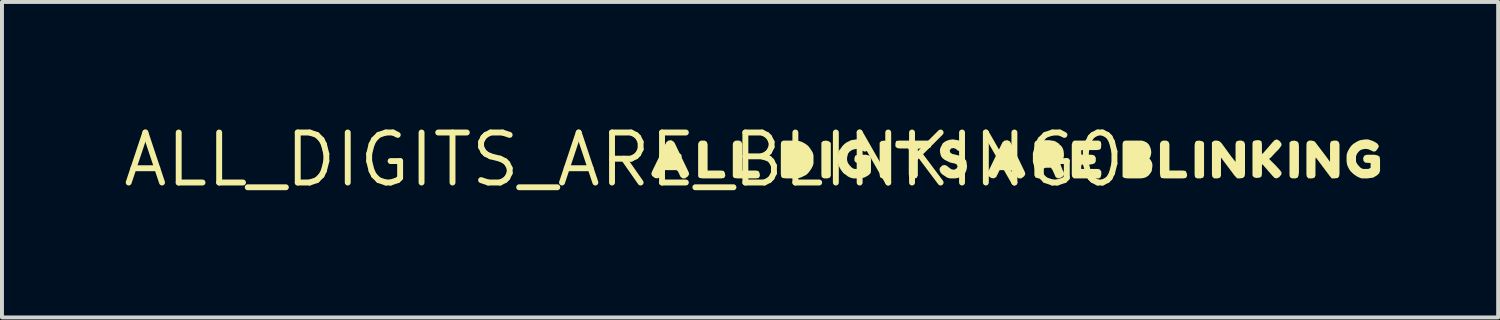
<source format=kicad_pcb>
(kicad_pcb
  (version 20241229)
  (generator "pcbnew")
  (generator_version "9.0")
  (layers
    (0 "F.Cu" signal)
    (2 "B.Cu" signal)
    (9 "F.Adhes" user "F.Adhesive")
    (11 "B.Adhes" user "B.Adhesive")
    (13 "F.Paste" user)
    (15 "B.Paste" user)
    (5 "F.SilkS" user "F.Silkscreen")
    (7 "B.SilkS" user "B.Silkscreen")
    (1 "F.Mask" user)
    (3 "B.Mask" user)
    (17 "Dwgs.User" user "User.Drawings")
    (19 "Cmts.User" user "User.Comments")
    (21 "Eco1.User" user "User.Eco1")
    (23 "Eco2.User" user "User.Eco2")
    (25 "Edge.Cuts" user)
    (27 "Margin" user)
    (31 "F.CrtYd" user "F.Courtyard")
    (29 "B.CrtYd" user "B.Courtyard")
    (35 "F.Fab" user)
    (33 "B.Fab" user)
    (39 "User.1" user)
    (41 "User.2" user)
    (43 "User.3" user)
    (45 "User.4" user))
  (footprint "ALL_DIGITS_ARE_BLINKING0"
    (layer "F.Cu")
    (at 12.798 1.006)
    (property "Reference" "ALL_DIGITS_ARE_BLINKING0" (at 0 0 0) (layer "F.SilkS") (effects (font (size 1.27 1.27) (thickness 0.15))))
    (fp_poly (pts (xy 5.213 -0.464) (xy 5.255 -0.422) (xy 5.255 0.401) (xy 5.234 0.454) (xy 5.171 0.475) (xy 5.079 0.475) (xy 5.025 0.443) (xy 5.015 0.38) (xy 5.015 -0.432) (xy 5.058 -0.475) (xy 5.14 -0.485)) (stroke (width 0) (type solid)) (fill yes) (layer "F.SilkS"))
    (fp_poly (pts (xy 14.703 -0.464) (xy 14.735 -0.422) (xy 14.735 0.401) (xy 14.714 0.454) (xy 14.651 0.475) (xy 14.559 0.475) (xy 14.505 0.443) (xy 14.495 0.38) (xy 14.495 -0.37) (xy 14.505 -0.432) (xy 14.537 -0.475) (xy 14.62 -0.485)) (stroke (width 0) (type solid)) (fill yes) (layer "F.SilkS"))
    (fp_poly (pts (xy 6.693 -0.464) (xy 6.725 -0.422) (xy 6.735 -0.35) (xy 6.735 0.32) (xy 6.725 0.401) (xy 6.704 0.454) (xy 6.651 0.475) (xy 6.559 0.475) (xy 6.505 0.443) (xy 6.495 0.38) (xy 6.495 -0.432) (xy 6.538 -0.475) (xy 6.62 -0.485)) (stroke (width 0) (type solid)) (fill yes) (layer "F.SilkS"))
    (fp_poly (pts (xy 17.103 -0.464) (xy 17.135 -0.422) (xy 17.145 -0.35) (xy 17.145 0.32) (xy 17.135 0.401) (xy 17.114 0.454) (xy 17.061 0.475) (xy 16.969 0.475) (xy 16.915 0.443) (xy 16.905 0.38) (xy 16.905 -0.432) (xy 16.948 -0.475) (xy 17.03 -0.485)) (stroke (width 0) (type solid)) (fill yes) (layer "F.SilkS"))
    (fp_poly (pts (xy 2.104 -0.453) (xy 2.125 -0.391) (xy 2.125 0.275) (xy 2.46 0.275) (xy 2.533 0.285) (xy 2.565 0.338) (xy 2.575 0.411) (xy 2.543 0.465) (xy 2.47 0.475) (xy 2 0.475) (xy 1.917 0.465) (xy 1.885 0.422) (xy 1.885 -0.401) (xy 1.906 -0.453) (xy 1.959 -0.485) (xy 2.051 -0.485)) (stroke (width 0) (type solid)) (fill yes) (layer "F.SilkS"))
    (fp_poly (pts (xy 2.984 -0.453) (xy 3.005 -0.391) (xy 3.005 0.275) (xy 3.34 0.275) (xy 3.413 0.285) (xy 3.445 0.338) (xy 3.455 0.411) (xy 3.423 0.465) (xy 3.35 0.475) (xy 2.88 0.475) (xy 2.797 0.465) (xy 2.765 0.422) (xy 2.765 -0.401) (xy 2.786 -0.453) (xy 2.839 -0.485) (xy 2.931 -0.485)) (stroke (width 0) (type solid)) (fill yes) (layer "F.SilkS"))
    (fp_poly (pts (xy 13.834 -0.453) (xy 13.855 -0.391) (xy 13.855 0.275) (xy 14.19 0.275) (xy 14.263 0.285) (xy 14.295 0.338) (xy 14.305 0.411) (xy 14.273 0.465) (xy 14.2 0.475) (xy 13.73 0.475) (xy 13.647 0.465) (xy 13.625 0.422) (xy 13.615 0.35) (xy 13.615 -0.401) (xy 13.636 -0.453) (xy 13.689 -0.485) (xy 13.781 -0.485)) (stroke (width 0) (type solid)) (fill yes) (layer "F.SilkS"))
    (fp_poly (pts (xy 7.805 -0.453) (xy 7.805 -0.38) (xy 7.795 -0.317) (xy 7.731 -0.285) (xy 7.53 -0.285) (xy 7.465 -0.276) (xy 7.465 0.401) (xy 7.433 0.465) (xy 7.37 0.475) (xy 7.298 0.475) (xy 7.245 0.433) (xy 7.235 0.37) (xy 7.235 -0.249) (xy 7.217 -0.285) (xy 7.01 -0.285) (xy 6.938 -0.295) (xy 6.895 -0.338) (xy 6.895 -0.411) (xy 6.916 -0.475) (xy 6.99 -0.485) (xy 7.741 -0.485)) (stroke (width 0) (type solid)) (fill yes) (layer "F.SilkS"))
    (fp_poly (pts (xy 1.253 -0.464) (xy 1.284 -0.433) (xy 1.645 0.318) (xy 1.655 0.371) (xy 1.624 0.423) (xy 1.552 0.475) (xy 1.488 0.475) (xy 1.436 0.433) (xy 1.376 0.303) (xy 1.338 0.265) (xy 1.003 0.265) (xy 0.944 0.382) (xy 0.914 0.444) (xy 0.851 0.475) (xy 0.788 0.465) (xy 0.716 0.413) (xy 0.695 0.36) (xy 0.715 0.298) (xy 1.046 -0.382) (xy 1.076 -0.443) (xy 1.128 -0.485) (xy 1.201 -0.495)) (stroke (width 0) (type solid)) (fill yes) (layer "F.SilkS"))
    (fp_poly (pts (xy 9.803 -0.464) (xy 9.824 -0.432) (xy 10.185 0.318) (xy 10.195 0.371) (xy 10.164 0.423) (xy 10.092 0.475) (xy 10.028 0.475) (xy 9.976 0.433) (xy 9.916 0.303) (xy 9.878 0.265) (xy 9.543 0.265) (xy 9.484 0.382) (xy 9.454 0.444) (xy 9.391 0.475) (xy 9.328 0.465) (xy 9.256 0.413) (xy 9.235 0.36) (xy 9.255 0.298) (xy 9.586 -0.382) (xy 9.616 -0.443) (xy 9.668 -0.485) (xy 9.741 -0.495)) (stroke (width 0) (type solid)) (fill yes) (layer "F.SilkS"))
    (fp_poly (pts (xy 13.222 -0.465) (xy 13.283 -0.434) (xy 13.334 -0.383) (xy 13.365 -0.322) (xy 13.385 -0.261) (xy 13.395 -0.19) (xy 13.385 -0.119) (xy 13.365 -0.058) (xy 13.346 -0.03) (xy 13.384 0.017) (xy 13.415 0.078) (xy 13.425 0.15) (xy 13.415 0.221) (xy 13.405 0.292) (xy 13.364 0.353) (xy 13.323 0.404) (xy 13.262 0.445) (xy 13.201 0.465) (xy 13.13 0.475) (xy 12.79 0.475) (xy 12.708 0.465) (xy 12.665 0.432) (xy 12.665 -0.39) (xy 12.675 -0.453) (xy 12.729 -0.485) (xy 13.151 -0.485)) (stroke (width 0) (type solid)) (fill yes) (layer "F.SilkS"))
    (fp_poly (pts (xy 15.133 -0.464) (xy 15.184 -0.413) (xy 15.424 -0.083) (xy 15.535 0.056) (xy 15.535 -0.401) (xy 15.556 -0.464) (xy 15.619 -0.485) (xy 15.691 -0.485) (xy 15.754 -0.454) (xy 15.775 -0.391) (xy 15.775 0.36) (xy 15.765 0.422) (xy 15.722 0.465) (xy 15.64 0.475) (xy 15.578 0.475) (xy 15.516 0.413) (xy 15.165 -0.055) (xy 15.165 0.401) (xy 15.144 0.454) (xy 15.081 0.475) (xy 14.988 0.475) (xy 14.945 0.432) (xy 14.935 0.37) (xy 14.935 -0.443) (xy 14.998 -0.485) (xy 15.071 -0.485)) (stroke (width 0) (type solid)) (fill yes) (layer "F.SilkS"))
    (fp_poly (pts (xy 17.543 -0.464) (xy 17.584 -0.413) (xy 17.834 -0.083) (xy 17.935 0.055) (xy 17.935 -0.401) (xy 17.956 -0.464) (xy 18.029 -0.485) (xy 18.101 -0.485) (xy 18.154 -0.453) (xy 18.175 -0.391) (xy 18.175 0.36) (xy 18.165 0.422) (xy 18.133 0.465) (xy 18.05 0.475) (xy 17.978 0.475) (xy 17.926 0.413) (xy 17.573 -0.058) (xy 17.565 -0.01) (xy 17.565 0.401) (xy 17.544 0.454) (xy 17.481 0.475) (xy 17.388 0.475) (xy 17.345 0.432) (xy 17.335 0.37) (xy 17.335 -0.37) (xy 17.345 -0.443) (xy 17.398 -0.485) (xy 17.471 -0.485)) (stroke (width 0) (type solid)) (fill yes) (layer "F.SilkS"))
    (fp_poly (pts (xy 4.441 -0.475) (xy 4.512 -0.455) (xy 4.572 -0.424) (xy 4.623 -0.394) (xy 4.684 -0.344) (xy 4.724 -0.293) (xy 4.764 -0.233) (xy 4.795 -0.182) (xy 4.815 -0.111) (xy 4.815 0.101) (xy 4.795 0.162) (xy 4.764 0.223) (xy 4.724 0.283) (xy 4.684 0.333) (xy 4.633 0.384) (xy 4.572 0.414) (xy 4.516 0.443) (xy 4.516 0.443) (xy 4.512 0.445) (xy 4.507 0.447) (xy 4.507 0.446) (xy 4.451 0.465) (xy 4.38 0.475) (xy 4.11 0.475) (xy 4.028 0.465) (xy 3.995 0.432) (xy 3.985 0.36) (xy 3.985 -0.39) (xy 3.995 -0.453) (xy 4.049 -0.485) (xy 4.38 -0.485)) (stroke (width 0) (type solid)) (fill yes) (layer "F.SilkS"))
    (fp_poly (pts (xy 12.115 -0.453) (xy 12.125 -0.38) (xy 12.115 -0.288) (xy 12.082 -0.255) (xy 12.01 -0.245) (xy 11.67 -0.245) (xy 11.615 -0.236) (xy 11.615 -0.17) (xy 11.624 -0.125) (xy 11.891 -0.125) (xy 11.953 -0.104) (xy 11.985 -0.051) (xy 11.985 0.041) (xy 11.953 0.094) (xy 11.891 0.115) (xy 11.82 0.125) (xy 11.624 0.125) (xy 11.615 0.18) (xy 11.615 0.235) (xy 12.02 0.235) (xy 12.083 0.245) (xy 12.125 0.298) (xy 12.125 0.381) (xy 12.104 0.453) (xy 12.061 0.475) (xy 11.428 0.475) (xy 11.385 0.432) (xy 11.375 0.37) (xy 11.375 -0.381) (xy 11.396 -0.453) (xy 11.438 -0.485) (xy 12.061 -0.485)) (stroke (width 0) (type solid)) (fill yes) (layer "F.SilkS"))
    (fp_poly (pts (xy 10.871 -0.485) (xy 10.932 -0.475) (xy 10.993 -0.444) (xy 11.058 -0.401) (xy 11.052 -0.395) (xy 11.104 -0.353) (xy 11.145 -0.292) (xy 11.165 -0.231) (xy 11.175 -0.16) (xy 11.175 -0.089) (xy 11.155 -0.018) (xy 11.124 0.043) (xy 11.085 0.091) (xy 11.095 0.139) (xy 11.144 0.268) (xy 11.165 0.298) (xy 11.185 0.371) (xy 11.154 0.424) (xy 11.082 0.465) (xy 11.019 0.475) (xy 10.966 0.443) (xy 10.896 0.282) (xy 10.847 0.205) (xy 10.711 0.205) (xy 10.665 0.223) (xy 10.665 0.36) (xy 10.655 0.422) (xy 10.612 0.465) (xy 10.53 0.475) (xy 10.457 0.454) (xy 10.425 0.401) (xy 10.425 -0.421) (xy 10.457 -0.474) (xy 10.529 -0.495) (xy 10.8 -0.495)) (stroke (width 0) (type solid)) (fill yes) (layer "F.SilkS"))
    (fp_poly (pts (xy 16.643 -0.484) (xy 16.695 -0.422) (xy 16.705 -0.369) (xy 16.664 -0.307) (xy 16.634 -0.267) (xy 16.544 -0.177) (xy 16.433 -0.056) (xy 16.387 -0.02) (xy 16.554 0.147) (xy 16.664 0.267) (xy 16.705 0.329) (xy 16.695 0.382) (xy 16.643 0.444) (xy 16.581 0.475) (xy 16.528 0.465) (xy 16.476 0.413) (xy 16.213 0.111) (xy 16.205 0.15) (xy 16.205 0.36) (xy 16.195 0.423) (xy 16.152 0.455) (xy 16.059 0.465) (xy 15.997 0.444) (xy 15.965 0.402) (xy 15.965 -0.421) (xy 15.986 -0.474) (xy 16.059 -0.495) (xy 16.141 -0.495) (xy 16.195 -0.463) (xy 16.205 -0.39) (xy 16.205 -0.19) (xy 16.213 -0.141) (xy 16.356 -0.303) (xy 16.476 -0.443) (xy 16.527 -0.494) (xy 16.58 -0.515)) (stroke (width 0) (type solid)) (fill yes) (layer "F.SilkS"))
    (fp_poly (pts (xy 8.421 -0.505) (xy 8.481 -0.495) (xy 8.552 -0.475) (xy 8.603 -0.434) (xy 8.655 -0.382) (xy 8.655 -0.328) (xy 8.603 -0.256) (xy 8.551 -0.225) (xy 8.488 -0.225) (xy 8.428 -0.276) (xy 8.37 -0.295) (xy 8.313 -0.285) (xy 8.275 -0.239) (xy 8.285 -0.183) (xy 8.342 -0.145) (xy 8.471 -0.115) (xy 8.542 -0.095) (xy 8.603 -0.064) (xy 8.654 -0.024) (xy 8.695 0.028) (xy 8.705 0.089) (xy 8.715 0.17) (xy 8.705 0.241) (xy 8.685 0.302) (xy 8.654 0.363) (xy 8.603 0.404) (xy 8.482 0.465) (xy 8.41 0.475) (xy 8.279 0.475) (xy 8.208 0.455) (xy 8.147 0.414) (xy 8.087 0.374) (xy 8.046 0.333) (xy 8.015 0.261) (xy 8.025 0.208) (xy 8.088 0.145) (xy 8.151 0.135) (xy 8.203 0.156) (xy 8.263 0.206) (xy 8.322 0.245) (xy 8.389 0.255) (xy 8.446 0.226) (xy 8.475 0.179) (xy 8.456 0.124) (xy 8.398 0.095) (xy 8.339 0.085) (xy 8.268 0.065) (xy 8.147 0.004) (xy 8.096 -0.036) (xy 8.055 -0.088) (xy 8.035 -0.159) (xy 8.025 -0.23) (xy 8.035 -0.292) (xy 8.096 -0.413) (xy 8.147 -0.454) (xy 8.208 -0.485) (xy 8.269 -0.505) (xy 8.35 -0.515)) (stroke (width 0) (type solid)) (fill yes) (layer "F.SilkS"))
    (fp_poly (pts (xy 18.962 -0.495) (xy 19.022 -0.475) (xy 19.083 -0.444) (xy 19.144 -0.403) (xy 19.176 -0.34) (xy 19.144 -0.277) (xy 19.093 -0.215) (xy 19.039 -0.205) (xy 18.909 -0.265) (xy 18.84 -0.275) (xy 18.771 -0.265) (xy 18.712 -0.246) (xy 18.664 -0.206) (xy 18.624 -0.157) (xy 18.595 -0.089) (xy 18.595 0.049) (xy 18.624 0.107) (xy 18.664 0.157) (xy 18.713 0.206) (xy 18.771 0.235) (xy 18.909 0.235) (xy 18.965 0.207) (xy 18.965 0.085) (xy 18.828 0.075) (xy 18.785 0.032) (xy 18.775 -0.041) (xy 18.806 -0.104) (xy 18.869 -0.125) (xy 19.071 -0.125) (xy 19.152 -0.105) (xy 19.195 -0.073) (xy 19.205 -0.000355) (xy 19.205 0.281) (xy 19.184 0.343) (xy 19.133 0.394) (xy 19.083 0.424) (xy 19.032 0.455) (xy 18.961 0.465) (xy 18.89 0.475) (xy 18.739 0.475) (xy 18.678 0.455) (xy 18.617 0.424) (xy 18.557 0.384) (xy 18.507 0.344) (xy 18.456 0.293) (xy 18.416 0.233) (xy 18.385 0.172) (xy 18.365 0.111) (xy 18.355 0.04) (xy 18.355 -0.1) (xy 18.365 -0.161) (xy 18.396 -0.232) (xy 18.426 -0.283) (xy 18.466 -0.343) (xy 18.517 -0.394) (xy 18.577 -0.434) (xy 18.628 -0.464) (xy 18.699 -0.495) (xy 18.759 -0.505) (xy 18.83 -0.515) (xy 18.901 -0.515)) (stroke (width 0) (type solid)) (fill yes) (layer "F.SilkS"))
    (fp_poly (pts (xy 6.041 -0.495) (xy 6.102 -0.475) (xy 6.163 -0.444) (xy 6.224 -0.403) (xy 6.245 -0.34) (xy 6.224 -0.277) (xy 6.162 -0.215) (xy 6.109 -0.205) (xy 5.988 -0.265) (xy 5.92 -0.275) (xy 5.851 -0.265) (xy 5.792 -0.245) (xy 5.733 -0.206) (xy 5.695 -0.158) (xy 5.675 -0.089) (xy 5.665 -0.02) (xy 5.675 0.048) (xy 5.704 0.107) (xy 5.744 0.157) (xy 5.793 0.206) (xy 5.851 0.235) (xy 5.989 0.235) (xy 6.035 0.207) (xy 6.035 0.085) (xy 5.898 0.075) (xy 5.855 0.032) (xy 5.855 -0.041) (xy 5.876 -0.104) (xy 5.949 -0.125) (xy 6.151 -0.125) (xy 6.233 -0.105) (xy 6.265 -0.072) (xy 6.275 -0.000355) (xy 6.275 0.28) (xy 6.265 0.342) (xy 6.213 0.394) (xy 6.162 0.424) (xy 6.102 0.455) (xy 6.041 0.465) (xy 5.96 0.475) (xy 5.819 0.475) (xy 5.748 0.455) (xy 5.687 0.424) (xy 5.637 0.384) (xy 5.577 0.344) (xy 5.536 0.293) (xy 5.496 0.233) (xy 5.465 0.172) (xy 5.445 0.111) (xy 5.435 0.041) (xy 5.425 -0.03) (xy 5.435 -0.101) (xy 5.445 -0.161) (xy 5.465 -0.232) (xy 5.506 -0.283) (xy 5.546 -0.343) (xy 5.597 -0.394) (xy 5.647 -0.434) (xy 5.768 -0.495) (xy 5.839 -0.505) (xy 5.9 -0.515) (xy 5.971 -0.515)) (stroke (width 0) (type solid)) (fill yes) (layer "F.SilkS")))
  (gr_rect
    (start -3 -3)
    (end 35.003 5.012)
    (stroke (width 0.1) (type default))
    (fill no)
    (layer "Edge.Cuts")))
</source>
